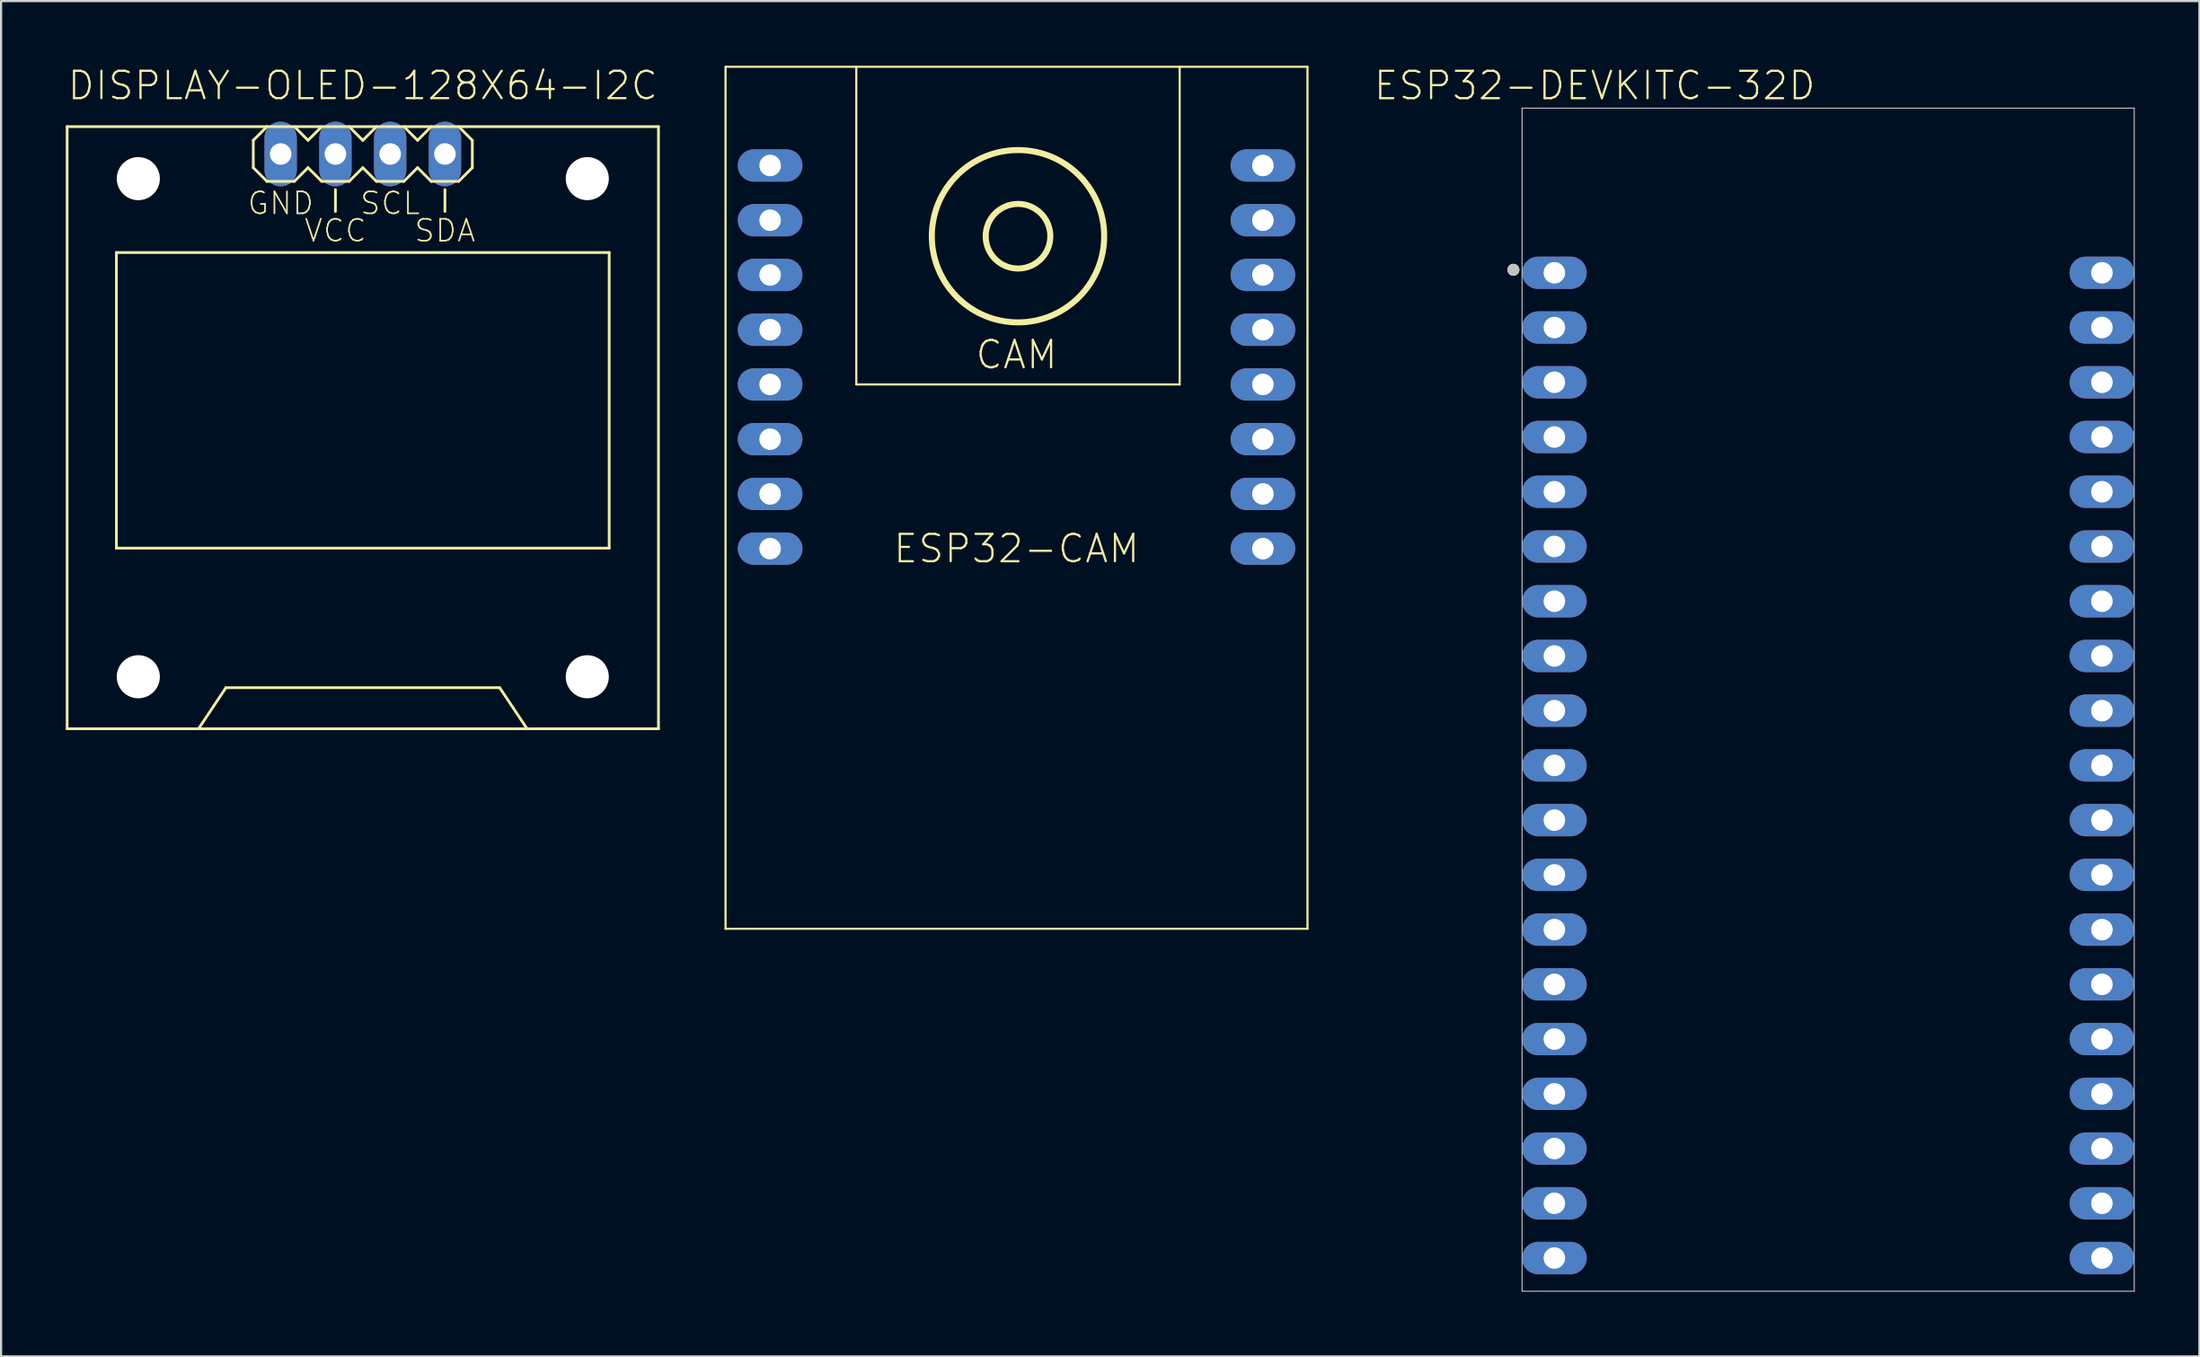
<source format=kicad_pcb>
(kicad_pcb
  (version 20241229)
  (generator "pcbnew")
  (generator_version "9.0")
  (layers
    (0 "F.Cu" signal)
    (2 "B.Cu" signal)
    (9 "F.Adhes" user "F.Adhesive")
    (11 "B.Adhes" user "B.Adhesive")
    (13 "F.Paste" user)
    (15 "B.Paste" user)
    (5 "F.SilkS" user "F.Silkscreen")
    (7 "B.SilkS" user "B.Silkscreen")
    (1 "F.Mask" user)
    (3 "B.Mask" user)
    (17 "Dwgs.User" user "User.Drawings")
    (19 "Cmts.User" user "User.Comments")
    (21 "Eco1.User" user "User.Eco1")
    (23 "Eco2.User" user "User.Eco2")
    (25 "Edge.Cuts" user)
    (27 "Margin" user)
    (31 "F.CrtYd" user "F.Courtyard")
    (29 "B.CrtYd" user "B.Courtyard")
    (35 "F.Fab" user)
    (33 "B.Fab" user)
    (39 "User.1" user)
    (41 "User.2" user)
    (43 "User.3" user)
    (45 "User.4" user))
  (footprint "ESP32-CAM"
    (layer "F.Cu")
    (at 32.676 22.409)
    (property "Reference" "ESP32-CAM" (at 11.43 0 0) (layer "F.SilkS") (effects (font (size 1.27 1.27) (thickness 0.102))))
    (attr exclude_from_pos_files exclude_from_bom)
    (fp_line (start -2.068 -22.36) (end -2.068 17.638) (stroke (width 0.099) (type solid)) (layer "F.SilkS"))
    (fp_line (start -2.068 17.638) (end 24.928 17.638) (stroke (width 0.099) (type solid)) (layer "F.SilkS"))
    (fp_line (start 3.998 -22.36) (end 3.998 -7.62) (stroke (width 0.099) (type solid)) (layer "F.SilkS"))
    (fp_line (start 3.998 -7.62) (end 18.999 -7.62) (stroke (width 0.099) (type solid)) (layer "F.SilkS"))
    (fp_line (start 18.999 -22.36) (end 18.999 -7.62) (stroke (width 0.099) (type solid)) (layer "F.SilkS"))
    (fp_line (start 24.928 -22.36) (end -2.068 -22.36) (stroke (width 0.099) (type solid)) (layer "F.SilkS"))
    (fp_line (start 24.928 17.638) (end 24.928 -22.36) (stroke (width 0.099) (type solid)) (layer "F.SilkS"))
    (fp_circle (center 11.499 -14.498) (end 11.499 -18.496) (stroke (width 0.279) (type solid)) (fill no) (layer "F.SilkS"))
    (fp_circle (center 11.499 -14.498) (end 11.499 -15.997) (stroke (width 0.279) (type solid)) (fill no) (layer "F.SilkS"))
    (fp_text user "CAM" (at 11.43 -8.999 0) (layer "F.SilkS") (effects (font (size 1.27 1.27) (thickness 0.102))))
    (pad "1" thru_hole oval (at 0 0) (size 3 1.5) (drill 1) (layers "*.Cu" "*.Mask"))
    (pad "2" thru_hole oval (at 0 -2.54) (size 3 1.5) (drill 1) (layers "*.Cu" "*.Mask"))
    (pad "3" thru_hole oval (at 0 -5.08) (size 3 1.5) (drill 1) (layers "*.Cu" "*.Mask"))
    (pad "4" thru_hole oval (at 0 -7.62) (size 3 1.5) (drill 1) (layers "*.Cu" "*.Mask"))
    (pad "5" thru_hole oval (at 0 -10.16) (size 3 1.5) (drill 1) (layers "*.Cu" "*.Mask"))
    (pad "6" thru_hole oval (at 0 -12.7) (size 3 1.5) (drill 1) (layers "*.Cu" "*.Mask"))
    (pad "7" thru_hole oval (at 0 -15.24) (size 3 1.5) (drill 1) (layers "*.Cu" "*.Mask"))
    (pad "8" thru_hole oval (at 0 -17.78) (size 3 1.5) (drill 1) (layers "*.Cu" "*.Mask"))
    (pad "9" thru_hole oval (at 22.86 -17.78) (size 3 1.5) (drill 1) (layers "*.Cu" "*.Mask"))
    (pad "10" thru_hole oval (at 22.86 -15.24) (size 3 1.5) (drill 1) (layers "*.Cu" "*.Mask"))
    (pad "11" thru_hole oval (at 22.86 -12.7) (size 3 1.5) (drill 1) (layers "*.Cu" "*.Mask"))
    (pad "12" thru_hole oval (at 22.86 -10.16) (size 3 1.5) (drill 1) (layers "*.Cu" "*.Mask"))
    (pad "13" thru_hole oval (at 22.86 -7.62) (size 3 1.5) (drill 1) (layers "*.Cu" "*.Mask"))
    (pad "14" thru_hole oval (at 22.86 -5.08) (size 3 1.5) (drill 1) (layers "*.Cu" "*.Mask"))
    (pad "15" thru_hole oval (at 22.86 -2.54) (size 3 1.5) (drill 1) (layers "*.Cu" "*.Mask"))
    (pad "16" thru_hole oval (at 22.86 0) (size 3 1.5) (drill 1) (layers "*.Cu" "*.Mask")))
  (footprint "ESP32-DEVKITC-32D"
    (layer "F.Cu")
    (at 81.757 29.367)
    (property "Reference" "ESP32-DEVKITC-32D" (at -10.828 -28.445 0) (layer "F.SilkS") (effects (font (size 1.27 1.27) (thickness 0.102))))
    (attr exclude_from_pos_files exclude_from_bom)
    (fp_circle (center -14.6 -19.898) (end -14.6 -20.038) (stroke (width 0.279) (type solid)) (fill no) (layer "F.SilkS"))
    (fp_line (start -14.199 -27.399) (end 14.199 -27.399) (stroke (width 0.048) (type solid)) (layer "Dwgs.User"))
    (fp_line (start -14.199 27.498) (end -14.199 -27.399) (stroke (width 0.048) (type solid)) (layer "Dwgs.User"))
    (fp_line (start 14.199 -27.399) (end 14.199 27.498) (stroke (width 0.048) (type solid)) (layer "Dwgs.User"))
    (fp_line (start 14.199 27.498) (end -14.199 27.498) (stroke (width 0.048) (type solid)) (layer "Dwgs.User"))
    (fp_circle (center -14.6 -19.898) (end -14.6 -20.038) (stroke (width 0.279) (type solid)) (fill no) (layer "Dwgs.User"))
    (pad "1" thru_hole oval (at -12.7 -19.759) (size 3 1.5) (drill 1) (layers "*.Cu" "*.Mask"))
    (pad "2" thru_hole oval (at -12.7 -17.219) (size 3 1.5) (drill 1) (layers "*.Cu" "*.Mask"))
    (pad "3" thru_hole oval (at -12.7 -14.679) (size 3 1.5) (drill 1) (layers "*.Cu" "*.Mask"))
    (pad "4" thru_hole oval (at -12.7 -12.139) (size 3 1.5) (drill 1) (layers "*.Cu" "*.Mask"))
    (pad "5" thru_hole oval (at -12.7 -9.599) (size 3 1.5) (drill 1) (layers "*.Cu" "*.Mask"))
    (pad "6" thru_hole oval (at -12.7 -7.059) (size 3 1.5) (drill 1) (layers "*.Cu" "*.Mask"))
    (pad "7" thru_hole oval (at -12.7 -4.519) (size 3 1.5) (drill 1) (layers "*.Cu" "*.Mask"))
    (pad "8" thru_hole oval (at -12.7 -1.979) (size 3 1.5) (drill 1) (layers "*.Cu" "*.Mask"))
    (pad "9" thru_hole oval (at -12.7 0.559) (size 3 1.5) (drill 1) (layers "*.Cu" "*.Mask"))
    (pad "10" thru_hole oval (at -12.7 3.099) (size 3 1.5) (drill 1) (layers "*.Cu" "*.Mask"))
    (pad "11" thru_hole oval (at -12.7 5.639) (size 3 1.5) (drill 1) (layers "*.Cu" "*.Mask"))
    (pad "12" thru_hole oval (at -12.7 8.179) (size 3 1.5) (drill 1) (layers "*.Cu" "*.Mask"))
    (pad "13" thru_hole oval (at -12.7 10.719) (size 3 1.5) (drill 1) (layers "*.Cu" "*.Mask"))
    (pad "14" thru_hole oval (at -12.7 13.259) (size 3 1.5) (drill 1) (layers "*.Cu" "*.Mask"))
    (pad "15" thru_hole oval (at -12.7 15.799) (size 3 1.5) (drill 1) (layers "*.Cu" "*.Mask"))
    (pad "16" thru_hole oval (at -12.7 18.339) (size 3 1.5) (drill 1) (layers "*.Cu" "*.Mask"))
    (pad "17" thru_hole oval (at -12.7 20.879) (size 3 1.5) (drill 1) (layers "*.Cu" "*.Mask"))
    (pad "18" thru_hole oval (at -12.7 23.419) (size 3 1.5) (drill 1) (layers "*.Cu" "*.Mask"))
    (pad "19" thru_hole oval (at -12.7 25.959) (size 3 1.5) (drill 1) (layers "*.Cu" "*.Mask"))
    (pad "20" thru_hole oval (at 12.7 -19.759) (size 3 1.5) (drill 1) (layers "*.Cu" "*.Mask"))
    (pad "21" thru_hole oval (at 12.7 -17.219) (size 3 1.5) (drill 1) (layers "*.Cu" "*.Mask"))
    (pad "22" thru_hole oval (at 12.7 -14.679) (size 3 1.5) (drill 1) (layers "*.Cu" "*.Mask"))
    (pad "23" thru_hole oval (at 12.7 -12.139) (size 3 1.5) (drill 1) (layers "*.Cu" "*.Mask"))
    (pad "24" thru_hole oval (at 12.7 -9.599) (size 3 1.5) (drill 1) (layers "*.Cu" "*.Mask"))
    (pad "25" thru_hole oval (at 12.7 -7.059) (size 3 1.5) (drill 1) (layers "*.Cu" "*.Mask"))
    (pad "26" thru_hole oval (at 12.7 -4.519) (size 3 1.5) (drill 1) (layers "*.Cu" "*.Mask"))
    (pad "27" thru_hole oval (at 12.7 -1.979) (size 3 1.5) (drill 1) (layers "*.Cu" "*.Mask"))
    (pad "28" thru_hole oval (at 12.7 0.559) (size 3 1.5) (drill 1) (layers "*.Cu" "*.Mask"))
    (pad "29" thru_hole oval (at 12.7 3.099) (size 3 1.5) (drill 1) (layers "*.Cu" "*.Mask"))
    (pad "30" thru_hole oval (at 12.7 5.639) (size 3 1.5) (drill 1) (layers "*.Cu" "*.Mask"))
    (pad "31" thru_hole oval (at 12.7 8.179) (size 3 1.5) (drill 1) (layers "*.Cu" "*.Mask"))
    (pad "32" thru_hole oval (at 12.7 10.719) (size 3 1.5) (drill 1) (layers "*.Cu" "*.Mask"))
    (pad "33" thru_hole oval (at 12.7 13.259) (size 3 1.5) (drill 1) (layers "*.Cu" "*.Mask"))
    (pad "34" thru_hole oval (at 12.7 15.799) (size 3 1.5) (drill 1) (layers "*.Cu" "*.Mask"))
    (pad "35" thru_hole oval (at 12.7 18.339) (size 3 1.5) (drill 1) (layers "*.Cu" "*.Mask"))
    (pad "36" thru_hole oval (at 12.7 20.879) (size 3 1.5) (drill 1) (layers "*.Cu" "*.Mask"))
    (pad "37" thru_hole oval (at 12.7 23.419) (size 3 1.5) (drill 1) (layers "*.Cu" "*.Mask"))
    (pad "38" thru_hole oval (at 12.7 25.959) (size 3 1.5) (drill 1) (layers "*.Cu" "*.Mask")))
  (footprint "DISPLAY-OLED-128X64-I2C"
    (layer "F.Cu")
    (at 13.78 16.796)
    (property "Reference" "DISPLAY-OLED-128X64-I2C" (at 0 -15.875 0) (layer "F.SilkS") (effects (font (size 1.27 1.27) (thickness 0.102))))
    (attr exclude_from_pos_files exclude_from_bom)
    (fp_line (start -13.716 -13.97) (end 13.716 -13.97) (stroke (width 0.127) (type solid)) (layer "F.SilkS"))
    (fp_line (start -13.716 13.97) (end -13.716 -13.97) (stroke (width 0.127) (type solid)) (layer "F.SilkS"))
    (fp_line (start -11.43 -8.128) (end 11.43 -8.128) (stroke (width 0.127) (type solid)) (layer "F.SilkS"))
    (fp_line (start -11.43 5.588) (end -11.43 -8.128) (stroke (width 0.127) (type solid)) (layer "F.SilkS"))
    (fp_line (start -7.62 13.97) (end -13.716 13.97) (stroke (width 0.127) (type solid)) (layer "F.SilkS"))
    (fp_line (start -7.62 13.97) (end -6.35 12.065) (stroke (width 0.127) (type solid)) (layer "F.SilkS"))
    (fp_line (start -6.35 12.065) (end 6.35 12.065) (stroke (width 0.127) (type solid)) (layer "F.SilkS"))
    (fp_line (start -5.08 -13.335) (end -4.445 -13.97) (stroke (width 0.127) (type solid)) (layer "F.SilkS"))
    (fp_line (start -5.08 -12.065) (end -5.08 -13.335) (stroke (width 0.127) (type solid)) (layer "F.SilkS"))
    (fp_line (start -4.445 -11.43) (end -5.08 -12.065) (stroke (width 0.127) (type solid)) (layer "F.SilkS"))
    (fp_line (start -3.175 -13.97) (end -2.54 -13.335) (stroke (width 0.127) (type solid)) (layer "F.SilkS"))
    (fp_line (start -3.175 -11.43) (end -4.445 -11.43) (stroke (width 0.127) (type solid)) (layer "F.SilkS"))
    (fp_line (start -2.54 -13.335) (end -1.905 -13.97) (stroke (width 0.127) (type solid)) (layer "F.SilkS"))
    (fp_line (start -2.54 -12.065) (end -3.175 -11.43) (stroke (width 0.127) (type solid)) (layer "F.SilkS"))
    (fp_line (start -1.905 -11.43) (end -2.54 -12.065) (stroke (width 0.127) (type solid)) (layer "F.SilkS"))
    (fp_line (start -1.27 -10.033) (end -1.27 -11.049) (stroke (width 0.127) (type solid)) (layer "F.SilkS"))
    (fp_line (start -0.635 -13.97) (end 0 -13.335) (stroke (width 0.127) (type solid)) (layer "F.SilkS"))
    (fp_line (start -0.635 -11.43) (end -1.905 -11.43) (stroke (width 0.127) (type solid)) (layer "F.SilkS"))
    (fp_line (start 0 -13.335) (end 0.635 -13.97) (stroke (width 0.127) (type solid)) (layer "F.SilkS"))
    (fp_line (start 0 -12.065) (end -0.635 -11.43) (stroke (width 0.127) (type solid)) (layer "F.SilkS"))
    (fp_line (start 0.635 -11.43) (end 0 -12.065) (stroke (width 0.127) (type solid)) (layer "F.SilkS"))
    (fp_line (start 1.905 -13.97) (end 2.54 -13.335) (stroke (width 0.127) (type solid)) (layer "F.SilkS"))
    (fp_line (start 1.905 -11.43) (end 0.635 -11.43) (stroke (width 0.127) (type solid)) (layer "F.SilkS"))
    (fp_line (start 2.54 -13.335) (end 3.175 -13.97) (stroke (width 0.127) (type solid)) (layer "F.SilkS"))
    (fp_line (start 2.54 -12.065) (end 1.905 -11.43) (stroke (width 0.127) (type solid)) (layer "F.SilkS"))
    (fp_line (start 3.175 -11.43) (end 2.54 -12.065) (stroke (width 0.127) (type solid)) (layer "F.SilkS"))
    (fp_line (start 3.81 -10.033) (end 3.81 -11.049) (stroke (width 0.127) (type solid)) (layer "F.SilkS"))
    (fp_line (start 4.445 -13.97) (end 5.08 -13.335) (stroke (width 0.127) (type solid)) (layer "F.SilkS"))
    (fp_line (start 4.445 -11.43) (end 3.175 -11.43) (stroke (width 0.127) (type solid)) (layer "F.SilkS"))
    (fp_line (start 5.08 -13.335) (end 5.08 -12.065) (stroke (width 0.127) (type solid)) (layer "F.SilkS"))
    (fp_line (start 5.08 -12.065) (end 4.445 -11.43) (stroke (width 0.127) (type solid)) (layer "F.SilkS"))
    (fp_line (start 6.35 12.065) (end 7.62 13.97) (stroke (width 0.127) (type solid)) (layer "F.SilkS"))
    (fp_line (start 7.62 13.97) (end -7.62 13.97) (stroke (width 0.127) (type solid)) (layer "F.SilkS"))
    (fp_line (start 11.43 -8.128) (end 11.43 5.588) (stroke (width 0.127) (type solid)) (layer "F.SilkS"))
    (fp_line (start 11.43 5.588) (end -11.43 5.588) (stroke (width 0.127) (type solid)) (layer "F.SilkS"))
    (fp_line (start 13.716 -13.97) (end 13.716 13.97) (stroke (width 0.127) (type solid)) (layer "F.SilkS"))
    (fp_line (start 13.716 13.97) (end 7.62 13.97) (stroke (width 0.127) (type solid)) (layer "F.SilkS"))
    (fp_text user "SCL" (at 1.27 -10.414 0) (layer "F.SilkS") (effects (font (size 1.016 1.016) (thickness 0.076))))
    (fp_text user "VCC" (at -1.27 -9.144 0) (layer "F.SilkS") (effects (font (size 1.016 1.016) (thickness 0.076))))
    (fp_text user "GND" (at -3.81 -10.414 0) (layer "F.SilkS") (effects (font (size 1.016 1.016) (thickness 0.076))))
    (fp_text user "SDA" (at 3.81 -9.144 0) (layer "F.SilkS") (effects (font (size 1.016 1.016) (thickness 0.076))))
    (pad "" np_thru_hole circle (at -10.414 -11.557) (size 1.999 1.999) (drill 1.999) (layers "*.Cu" "*.Mask"))
    (pad "" np_thru_hole circle (at -10.414 11.557) (size 1.999 1.999) (drill 1.999) (layers "*.Cu" "*.Mask"))
    (pad "" np_thru_hole circle (at 10.414 -11.557) (size 1.999 1.999) (drill 1.999) (layers "*.Cu" "*.Mask"))
    (pad "" np_thru_hole circle (at 10.414 11.557) (size 1.999 1.999) (drill 1.999) (layers "*.Cu" "*.Mask"))
    (pad "1" thru_hole oval (at -3.81 -12.7) (size 1.5 3) (drill 1) (layers "*.Cu" "*.Mask"))
    (pad "2" thru_hole oval (at -1.27 -12.7) (size 1.5 3) (drill 1) (layers "*.Cu" "*.Mask"))
    (pad "3" thru_hole oval (at 1.27 -12.7) (size 1.5 3) (drill 1) (layers "*.Cu" "*.Mask"))
    (pad "4" thru_hole oval (at 3.81 -12.7) (size 1.5 3) (drill 1) (layers "*.Cu" "*.Mask")))
  (gr_rect
    (start -3 -3)
    (end 98.98 59.889)
    (stroke (width 0.1) (type default))
    (fill no)
    (layer "Edge.Cuts")))
</source>
